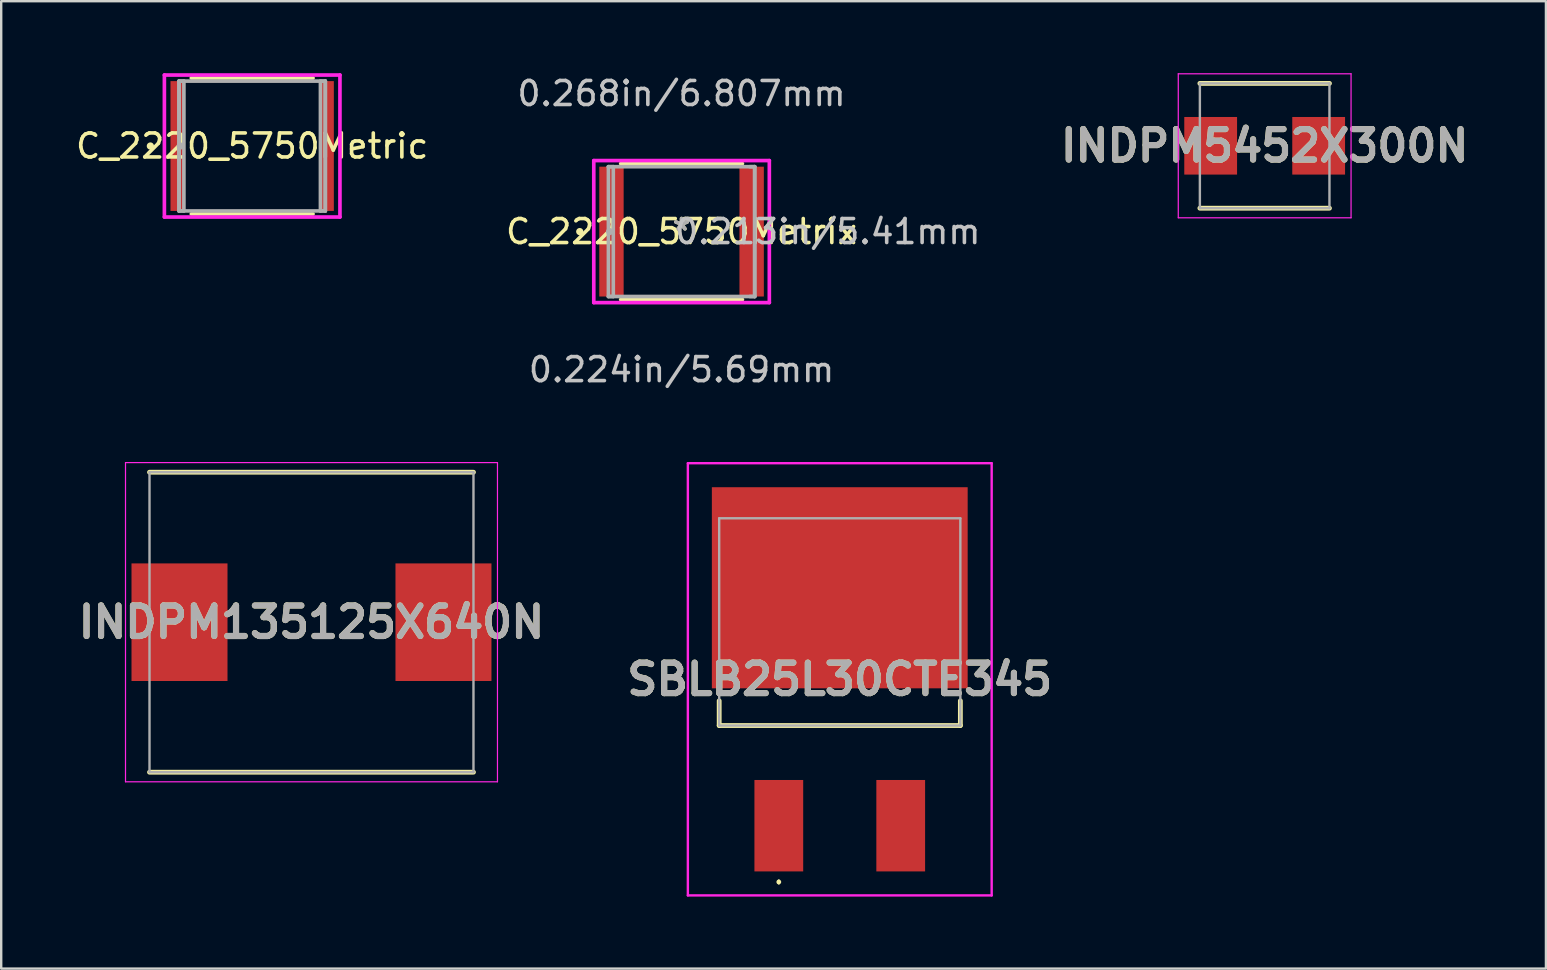
<source format=kicad_pcb>
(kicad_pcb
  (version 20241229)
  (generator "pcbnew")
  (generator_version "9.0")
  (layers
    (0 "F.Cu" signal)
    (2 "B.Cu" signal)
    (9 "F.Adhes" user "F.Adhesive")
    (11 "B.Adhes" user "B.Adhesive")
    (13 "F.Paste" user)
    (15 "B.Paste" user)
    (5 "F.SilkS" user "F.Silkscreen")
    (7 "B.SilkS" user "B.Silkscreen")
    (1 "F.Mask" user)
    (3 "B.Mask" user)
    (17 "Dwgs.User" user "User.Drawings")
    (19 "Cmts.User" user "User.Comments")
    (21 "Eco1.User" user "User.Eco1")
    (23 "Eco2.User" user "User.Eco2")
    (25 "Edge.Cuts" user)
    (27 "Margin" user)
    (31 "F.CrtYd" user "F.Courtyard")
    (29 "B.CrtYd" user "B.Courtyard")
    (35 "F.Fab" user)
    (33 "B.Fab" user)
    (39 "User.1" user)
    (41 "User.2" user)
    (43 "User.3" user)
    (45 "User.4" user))
  (footprint "C_2220_5750Metric"
    (layer "F.Cu")
    (at 7.458 3.035)
    (property "Reference" "C_2220_5750Metric" (at 0 0 0) (layer "F.SilkS") (effects (font (size 1 1) (thickness 0.15))))
    (attr smd)
    (fp_line (start -2.537 2.832) (end 2.537 2.832) (stroke (width 0.152) (type solid)) (layer "F.SilkS"))
    (fp_line (start 2.537 -2.832) (end -2.537 -2.832) (stroke (width 0.152) (type solid)) (layer "F.SilkS"))
    (fp_circle (center -4.242 0) (end -4.166 0) (stroke (width 0.152) (type solid)) (fill no) (layer "F.SilkS"))
    (fp_line (start -3.658 -2.959) (end 3.658 -2.959) (stroke (width 0.152) (type solid)) (layer "F.CrtYd"))
    (fp_line (start -3.658 2.959) (end -3.658 -2.959) (stroke (width 0.152) (type solid)) (layer "F.CrtYd"))
    (fp_line (start 3.658 -2.959) (end 3.658 2.959) (stroke (width 0.152) (type solid)) (layer "F.CrtYd"))
    (fp_line (start 3.658 2.959) (end -3.658 2.959) (stroke (width 0.152) (type solid)) (layer "F.CrtYd"))
    (fp_line (start -3.048 -2.705) (end -3.048 2.705) (stroke (width 0.152) (type solid)) (layer "F.Fab"))
    (fp_line (start -3.048 -2.705) (end -3.048 2.705) (stroke (width 0.152) (type solid)) (layer "F.Fab"))
    (fp_line (start -3.048 2.705) (end -2.845 2.705) (stroke (width 0.152) (type solid)) (layer "F.Fab"))
    (fp_line (start -3.048 2.705) (end 3.048 2.705) (stroke (width 0.152) (type solid)) (layer "F.Fab"))
    (fp_line (start -2.845 -2.705) (end -3.048 -2.705) (stroke (width 0.152) (type solid)) (layer "F.Fab"))
    (fp_line (start -2.845 2.705) (end -2.845 -2.705) (stroke (width 0.152) (type solid)) (layer "F.Fab"))
    (fp_line (start 2.845 -2.705) (end 2.845 2.705) (stroke (width 0.152) (type solid)) (layer "F.Fab"))
    (fp_line (start 2.845 2.705) (end 3.048 2.705) (stroke (width 0.152) (type solid)) (layer "F.Fab"))
    (fp_line (start 3.048 -2.705) (end -3.048 -2.705) (stroke (width 0.152) (type solid)) (layer "F.Fab"))
    (fp_line (start 3.048 -2.705) (end 2.845 -2.705) (stroke (width 0.152) (type solid)) (layer "F.Fab"))
    (fp_line (start 3.048 2.705) (end 3.048 -2.705) (stroke (width 0.152) (type solid)) (layer "F.Fab"))
    (fp_line (start 3.048 2.705) (end 3.048 -2.705) (stroke (width 0.152) (type solid)) (layer "F.Fab"))
    (fp_circle (center -2.997 0) (end -2.921 0) (stroke (width 0.152) (type solid)) (fill no) (layer "F.Fab"))
    (pad "1" smd rect (at -3.124 0) (size 0.559 5.41) (layers "F.Cu" "F.Mask" "F.Paste"))
    (pad "2" smd rect (at 3.124 0) (size 0.559 5.41) (layers "F.Cu" "F.Mask" "F.Paste")))
  (footprint "SBLB25L30CTE345"
    (layer "F.Cu")
    (at 31.944 24.953)
    (property "Reference" "SBLB25L30CTE345" (at 0 0.305 0) (layer "F.SilkS") (effects (font (size 1.27 1.27) (thickness 0.254))))
    (attr smd)
    (fp_line (start -5.025 1.2) (end -5.025 2.23) (stroke (width 0.2) (type solid)) (layer "F.SilkS"))
    (fp_line (start -5.025 2.23) (end 5.025 2.23) (stroke (width 0.2) (type solid)) (layer "F.SilkS"))
    (fp_line (start -2.54 8.7) (end -2.54 8.7) (stroke (width 0.1) (type solid)) (layer "F.SilkS"))
    (fp_line (start -2.54 8.8) (end -2.54 8.8) (stroke (width 0.1) (type solid)) (layer "F.SilkS"))
    (fp_line (start 5.025 2.23) (end 5.025 1.2) (stroke (width 0.2) (type solid)) (layer "F.SilkS"))
    (fp_arc (start -2.54 8.7) (mid -2.49 8.75) (end -2.54 8.8) (stroke (width 0.1) (type solid)) (layer "F.SilkS"))
    (fp_arc (start -2.54 8.8) (mid -2.59 8.75) (end -2.54 8.7) (stroke (width 0.1) (type solid)) (layer "F.SilkS"))
    (fp_line (start -6.33 -8.7) (end 6.33 -8.7) (stroke (width 0.1) (type solid)) (layer "F.CrtYd"))
    (fp_line (start -6.33 9.31) (end -6.33 -8.7) (stroke (width 0.1) (type solid)) (layer "F.CrtYd"))
    (fp_line (start 6.33 -8.7) (end 6.33 9.31) (stroke (width 0.1) (type solid)) (layer "F.CrtYd"))
    (fp_line (start 6.33 9.31) (end -6.33 9.31) (stroke (width 0.1) (type solid)) (layer "F.CrtYd"))
    (fp_line (start -5.025 -6.405) (end -5.025 2.23) (stroke (width 0.1) (type solid)) (layer "F.Fab"))
    (fp_line (start -5.025 2.23) (end 5.025 2.23) (stroke (width 0.1) (type solid)) (layer "F.Fab"))
    (fp_line (start 5.025 -6.405) (end -5.025 -6.405) (stroke (width 0.1) (type solid)) (layer "F.Fab"))
    (fp_line (start 5.025 2.23) (end 5.025 -6.405) (stroke (width 0.1) (type solid)) (layer "F.Fab"))
    (fp_text user "${REFERENCE}" (at 0 0.305 0) (layer "F.Fab") (effects (font (size 1.27 1.27) (thickness 0.254))))
    (pad "1" smd rect (at -2.54 6.405) (size 2.032 3.81) (layers "F.Cu" "F.Mask" "F.Paste"))
    (pad "2" smd rect (at 2.54 6.405) (size 2.032 3.81) (layers "F.Cu" "F.Mask" "F.Paste"))
    (pad "3" smd rect (at 0 -3.51 90) (size 8.38 10.66) (layers "F.Cu" "F.Mask" "F.Paste")))
  (footprint "C_2220_5750Metrix"
    (layer "F.Cu")
    (at 25.351 6.601)
    (property "Reference" "C_2220_5750Metrix" (at 0 0 0) (layer "F.SilkS") (effects (font (size 1 1) (thickness 0.15))))
    (attr through_hole)
    (fp_line (start -2.537 2.832) (end 2.537 2.832) (stroke (width 0.152) (type solid)) (layer "F.SilkS"))
    (fp_line (start 2.537 -2.832) (end -2.537 -2.832) (stroke (width 0.152) (type solid)) (layer "F.SilkS"))
    (fp_circle (center -4.242 0) (end -4.166 0) (stroke (width 0.152) (type solid)) (fill no) (layer "F.SilkS"))
    (fp_line (start -3.658 -2.959) (end 3.658 -2.959) (stroke (width 0.152) (type solid)) (layer "F.CrtYd"))
    (fp_line (start -3.658 2.959) (end -3.658 -2.959) (stroke (width 0.152) (type solid)) (layer "F.CrtYd"))
    (fp_line (start 3.658 -2.959) (end 3.658 2.959) (stroke (width 0.152) (type solid)) (layer "F.CrtYd"))
    (fp_line (start 3.658 2.959) (end -3.658 2.959) (stroke (width 0.152) (type solid)) (layer "F.CrtYd"))
    (fp_line (start -3.048 -2.705) (end -3.048 2.705) (stroke (width 0.152) (type solid)) (layer "F.Fab"))
    (fp_line (start -3.048 2.705) (end -2.845 2.705) (stroke (width 0.152) (type solid)) (layer "F.Fab"))
    (fp_line (start -3.048 2.705) (end 3.048 2.705) (stroke (width 0.152) (type solid)) (layer "F.Fab"))
    (fp_line (start -2.845 -2.705) (end -3.048 -2.705) (stroke (width 0.152) (type solid)) (layer "F.Fab"))
    (fp_line (start -2.845 2.705) (end -2.845 -2.705) (stroke (width 0.152) (type solid)) (layer "F.Fab"))
    (fp_line (start 2.845 2.705) (end 3.048 2.705) (stroke (width 0.152) (type solid)) (layer "F.Fab"))
    (fp_line (start 3.048 -2.705) (end -3.048 -2.705) (stroke (width 0.152) (type solid)) (layer "F.Fab"))
    (fp_line (start 3.048 -2.705) (end 2.845 -2.705) (stroke (width 0.152) (type solid)) (layer "F.Fab"))
    (fp_line (start 3.048 2.705) (end 3.048 -2.705) (stroke (width 0.152) (type solid)) (layer "F.Fab"))
    (fp_line (start 3.048 2.705) (end 3.048 -2.705) (stroke (width 0.152) (type solid)) (layer "F.Fab"))
    (fp_circle (center -2.997 0) (end -2.921 0) (stroke (width 0.152) (type solid)) (fill no) (layer "F.Fab"))
    (fp_text user "*" (at 0 0 0) (layer "F.SilkS") (effects (font (size 1 1) (thickness 0.15))))
    (fp_text user "0.224in/5.69mm" (at 0 5.753 0) (layer "Dwgs.User") (effects (font (size 1 1) (thickness 0.15))))
    (fp_text user "0.213in/5.41mm" (at 6.096 0 0) (layer "Dwgs.User") (effects (font (size 1 1) (thickness 0.15))))
    (fp_text user "0.268in/6.807mm" (at 0 -5.753 0) (layer "Dwgs.User") (effects (font (size 1 1) (thickness 0.15))))
    (fp_text user "Copyright 2016 Accelerated Designs. All rights reserved." (at 0 0 0) (layer "Cmts.User") (effects (font (size 0.127 0.127) (thickness 0.002))))
    (fp_text user "*" (at 0 0 0) (layer "F.Fab") (effects (font (size 1 1) (thickness 0.15))))
    (pad "1" smd rect (at -2.921 0) (size 1.016 5.41) (layers "F.Cu" "F.Mask" "F.Paste"))
    (pad "2" smd rect (at 2.921 0) (size 1.016 5.41) (layers "F.Cu" "F.Mask" "F.Paste")))
  (footprint "INDPM5452X300N"
    (layer "F.Cu")
    (at 49.65 3.025)
    (property "Reference" "INDPM5452X300N" (at 0 0 0) (layer "F.SilkS") (effects (font (size 1.27 1.27) (thickness 0.254))))
    (attr smd)
    (fp_line (start -2.7 2.6) (end 2.7 2.6) (stroke (width 0.2) (type solid)) (layer "F.SilkS"))
    (fp_line (start 2.7 -2.6) (end -2.7 -2.6) (stroke (width 0.2) (type solid)) (layer "F.SilkS"))
    (fp_line (start -3.6 -3) (end 3.6 -3) (stroke (width 0.05) (type solid)) (layer "F.CrtYd"))
    (fp_line (start -3.6 3) (end -3.6 -3) (stroke (width 0.05) (type solid)) (layer "F.CrtYd"))
    (fp_line (start 3.6 -3) (end 3.6 3) (stroke (width 0.05) (type solid)) (layer "F.CrtYd"))
    (fp_line (start 3.6 3) (end -3.6 3) (stroke (width 0.05) (type solid)) (layer "F.CrtYd"))
    (fp_line (start -2.7 -2.6) (end 2.7 -2.6) (stroke (width 0.1) (type solid)) (layer "F.Fab"))
    (fp_line (start -2.7 2.6) (end -2.7 -2.6) (stroke (width 0.1) (type solid)) (layer "F.Fab"))
    (fp_line (start 2.7 -2.6) (end 2.7 2.6) (stroke (width 0.1) (type solid)) (layer "F.Fab"))
    (fp_line (start 2.7 2.6) (end -2.7 2.6) (stroke (width 0.1) (type solid)) (layer "F.Fab"))
    (fp_text user "${REFERENCE}" (at 0 0 0) (layer "F.Fab") (effects (font (size 1.27 1.27) (thickness 0.254))))
    (pad "1" smd rect (at -2.25 0) (size 2.2 2.4) (layers "F.Cu" "F.Mask" "F.Paste"))
    (pad "2" smd rect (at 2.25 0) (size 2.2 2.4) (layers "F.Cu" "F.Mask" "F.Paste")))
  (footprint "INDPM135125X640N"
    (layer "F.Cu")
    (at 9.93 22.878)
    (property "Reference" "INDPM135125X640N" (at 0 0 0) (layer "F.SilkS") (effects (font (size 1.27 1.27) (thickness 0.254))))
    (attr smd)
    (fp_line (start -6.75 6.25) (end 6.75 6.25) (stroke (width 0.2) (type solid)) (layer "F.SilkS"))
    (fp_line (start 6.75 -6.25) (end -6.75 -6.25) (stroke (width 0.2) (type solid)) (layer "F.SilkS"))
    (fp_line (start -7.75 -6.65) (end 7.75 -6.65) (stroke (width 0.05) (type solid)) (layer "F.CrtYd"))
    (fp_line (start -7.75 6.65) (end -7.75 -6.65) (stroke (width 0.05) (type solid)) (layer "F.CrtYd"))
    (fp_line (start 7.75 -6.65) (end 7.75 6.65) (stroke (width 0.05) (type solid)) (layer "F.CrtYd"))
    (fp_line (start 7.75 6.65) (end -7.75 6.65) (stroke (width 0.05) (type solid)) (layer "F.CrtYd"))
    (fp_line (start -6.75 -6.25) (end 6.75 -6.25) (stroke (width 0.1) (type solid)) (layer "F.Fab"))
    (fp_line (start -6.75 6.25) (end -6.75 -6.25) (stroke (width 0.1) (type solid)) (layer "F.Fab"))
    (fp_line (start 6.75 -6.25) (end 6.75 6.25) (stroke (width 0.1) (type solid)) (layer "F.Fab"))
    (fp_line (start 6.75 6.25) (end -6.75 6.25) (stroke (width 0.1) (type solid)) (layer "F.Fab"))
    (fp_text user "${REFERENCE}" (at 0 0 0) (layer "F.Fab") (effects (font (size 1.27 1.27) (thickness 0.254))))
    (pad "1" smd rect (at -5.5 0) (size 4 4.9) (layers "F.Cu" "F.Mask" "F.Paste"))
    (pad "2" smd rect (at 5.5 0) (size 4 4.9) (layers "F.Cu" "F.Mask" "F.Paste")))
  (gr_rect
    (start -3 -3)
    (end 61.371 37.313)
    (stroke (width 0.1) (type default))
    (fill no)
    (layer "Edge.Cuts")))
</source>
